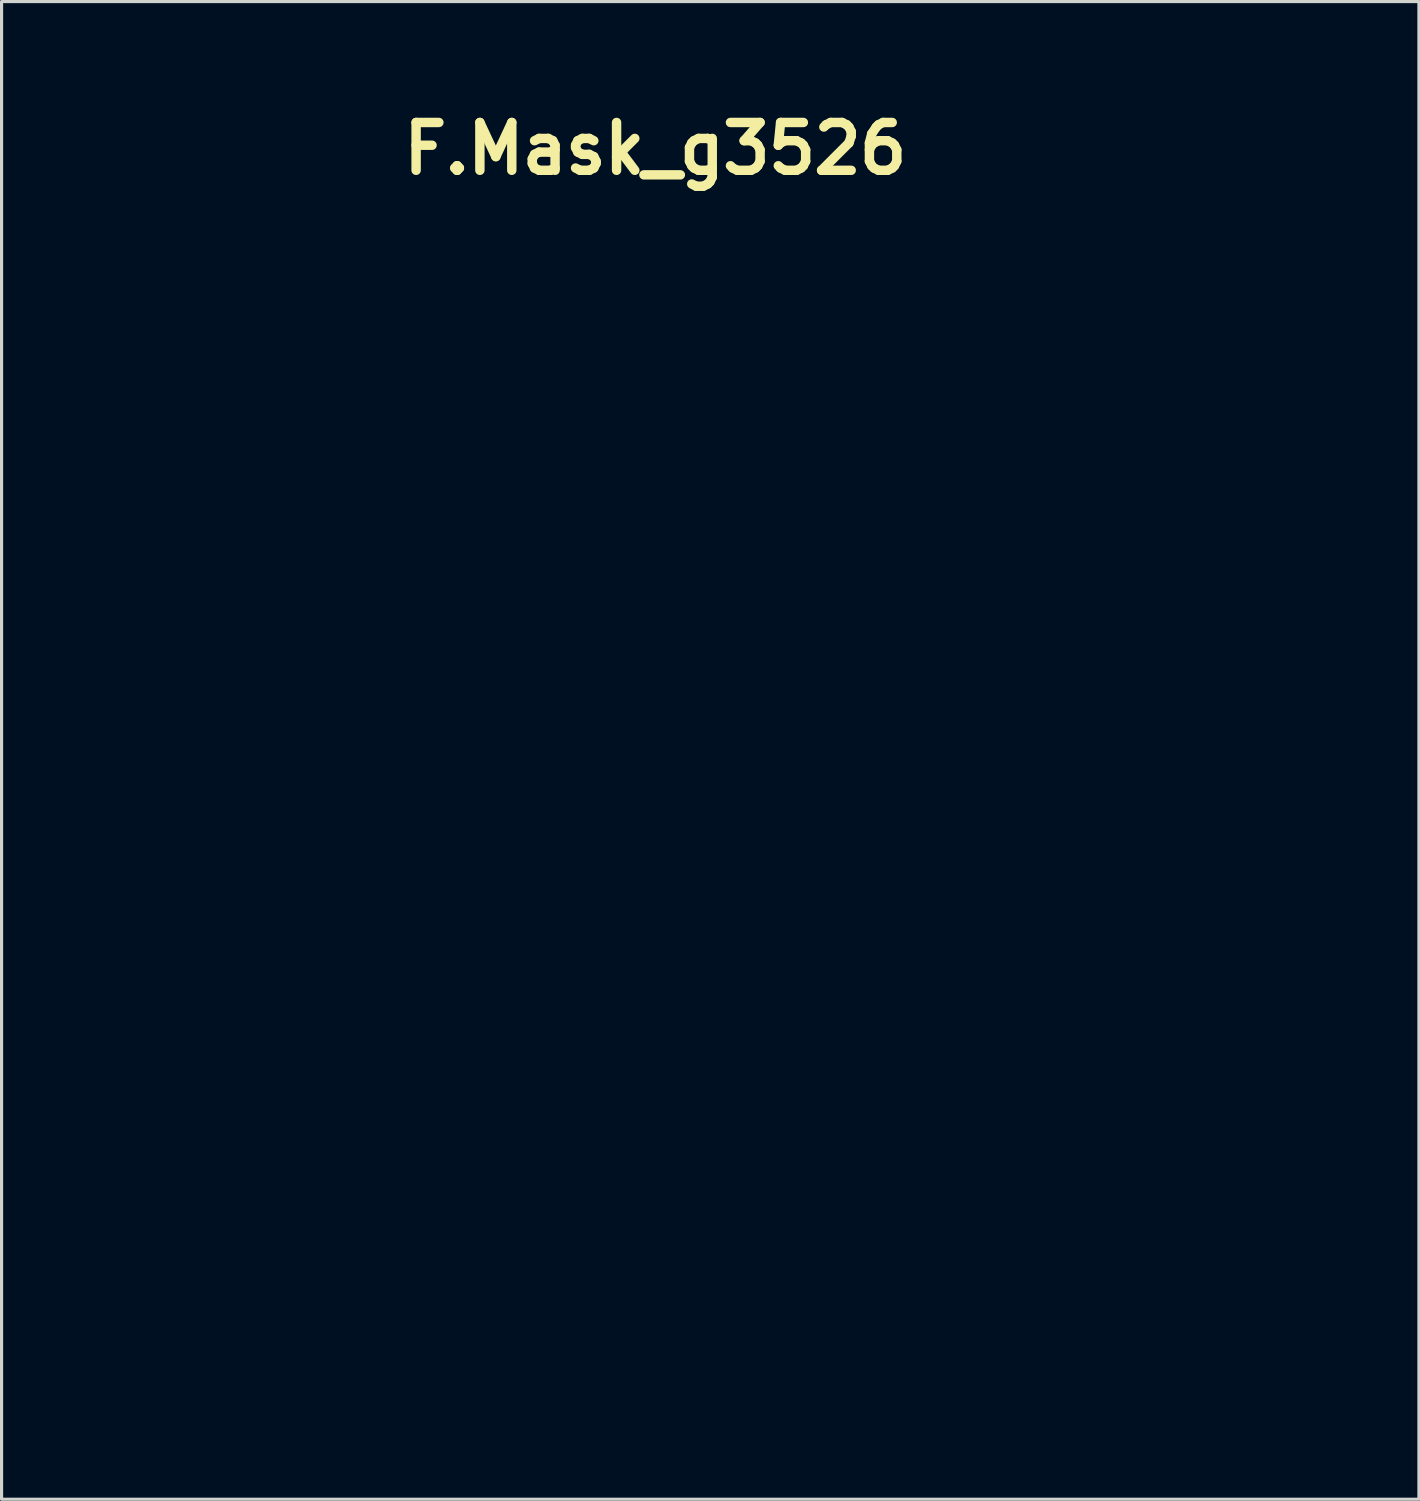
<source format=kicad_pcb>
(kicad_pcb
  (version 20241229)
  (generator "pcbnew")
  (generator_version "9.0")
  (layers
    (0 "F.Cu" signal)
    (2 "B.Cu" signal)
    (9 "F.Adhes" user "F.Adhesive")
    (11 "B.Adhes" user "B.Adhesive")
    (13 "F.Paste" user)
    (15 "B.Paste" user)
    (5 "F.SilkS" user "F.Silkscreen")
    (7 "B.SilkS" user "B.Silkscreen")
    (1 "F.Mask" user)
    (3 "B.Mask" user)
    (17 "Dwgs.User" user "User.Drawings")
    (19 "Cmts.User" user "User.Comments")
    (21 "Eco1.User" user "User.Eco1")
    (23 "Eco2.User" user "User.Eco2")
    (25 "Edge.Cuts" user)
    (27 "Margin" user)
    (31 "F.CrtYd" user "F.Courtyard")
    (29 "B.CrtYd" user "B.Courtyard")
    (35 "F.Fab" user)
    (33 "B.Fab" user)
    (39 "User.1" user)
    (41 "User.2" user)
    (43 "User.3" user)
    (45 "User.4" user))
  (footprint "F.Mask_g3526"
    (layer "F.Cu")
    (at 17.826 1.686)
    (property "Reference" "F.Mask_g3526" (at 0 0 0) (layer "F.SilkS") (effects (font (size 1.524 1.524) (thickness 0.3))))
    (attr through_hole)
    (fp_poly (pts (xy -11.558 32.92) (xy -11.428 33.002) (xy -11.365 33.13) (xy -11.346 33.358) (xy -11.345 33.43) (xy -11.389 33.808) (xy -11.515 34.059) (xy -11.634 34.244) (xy -11.684 34.389) (xy -11.684 34.39) (xy -11.746 34.589) (xy -11.894 34.773) (xy -12.071 34.877) (xy -12.116 34.883) (xy -12.278 34.804) (xy -12.414 34.574) (xy -12.481 34.333) (xy -12.532 33.994) (xy -12.558 33.631) (xy -12.558 33.621) (xy -12.564 33.379) (xy -12.236 33.379) (xy -12.226 33.569) (xy -12.222 33.6) (xy -12.173 33.951) (xy -12.13 34.147) (xy -12.08 34.198) (xy -12.007 34.117) (xy -11.897 33.917) (xy -11.88 33.883) (xy -11.767 33.629) (xy -11.707 33.422) (xy -11.707 33.337) (xy -11.827 33.251) (xy -12.008 33.254) (xy -12.175 33.293) (xy -12.236 33.379) (xy -12.564 33.379) (xy -12.573 32.978) (xy -12.172 32.9) (xy -11.802 32.865) (xy -11.558 32.92)) (stroke (width 0.01) (type solid)) (fill yes) (layer "F.Mask"))
    (fp_poly (pts (xy 15.708 32.929) (xy 15.849 33.166) (xy 15.887 33.528) (xy 15.85 33.854) (xy 15.819 34.098) (xy 15.822 34.256) (xy 15.844 34.29) (xy 15.917 34.35) (xy 15.917 34.359) (xy 15.846 34.452) (xy 15.666 34.569) (xy 15.434 34.684) (xy 15.202 34.769) (xy 15.038 34.798) (xy 14.888 34.777) (xy 14.827 34.682) (xy 14.817 34.503) (xy 14.794 34.227) (xy 14.736 33.911) (xy 14.717 33.836) (xy 14.676 33.506) (xy 15.091 33.506) (xy 15.116 33.834) (xy 15.12 33.869) (xy 15.174 34.173) (xy 15.244 34.327) (xy 15.324 34.327) (xy 15.404 34.165) (xy 15.42 34.114) (xy 15.459 33.896) (xy 15.483 33.614) (xy 15.486 33.549) (xy 15.479 33.319) (xy 15.431 33.214) (xy 15.33 33.189) (xy 15.189 33.214) (xy 15.112 33.309) (xy 15.091 33.506) (xy 14.676 33.506) (xy 14.667 33.436) (xy 14.753 33.129) (xy 14.972 32.921) (xy 15.141 32.854) (xy 15.47 32.822) (xy 15.708 32.929)) (stroke (width 0.01) (type solid)) (fill yes) (layer "F.Mask"))
    (fp_poly (pts (xy 14.193 33.858) (xy 14.329 34.017) (xy 14.386 34.298) (xy 14.393 34.546) (xy 14.355 35.159) (xy 14.245 35.665) (xy 14.069 36.043) (xy 13.966 36.17) (xy 13.698 36.352) (xy 13.418 36.404) (xy 13.17 36.32) (xy 13.096 36.254) (xy 13.02 36.13) (xy 12.989 35.95) (xy 12.999 35.665) (xy 13.009 35.55) (xy 13.027 35.186) (xy 12.996 34.925) (xy 12.922 34.734) (xy 12.805 34.408) (xy 12.805 34.226) (xy 13.134 34.226) (xy 13.304 34.656) (xy 13.415 35.024) (xy 13.431 35.363) (xy 13.418 35.489) (xy 13.395 35.743) (xy 13.401 35.929) (xy 13.415 35.976) (xy 13.521 36.035) (xy 13.653 35.95) (xy 13.79 35.741) (xy 13.838 35.631) (xy 13.923 35.356) (xy 13.988 35.027) (xy 14.026 34.698) (xy 14.033 34.421) (xy 14.003 34.247) (xy 13.996 34.235) (xy 13.86 34.176) (xy 13.59 34.175) (xy 13.531 34.181) (xy 13.134 34.226) (xy 12.805 34.226) (xy 12.804 34.133) (xy 12.911 33.952) (xy 13.059 33.89) (xy 13.315 33.835) (xy 13.572 33.804) (xy 13.95 33.795) (xy 14.193 33.858)) (stroke (width 0.01) (type solid)) (fill yes) (layer "F.Mask"))
    (fp_poly (pts (xy -9.873 33.79) (xy -9.591 33.897) (xy -9.45 34.043) (xy -9.434 34.261) (xy -9.524 34.573) (xy -9.62 34.903) (xy -9.701 35.3) (xy -9.74 35.578) (xy -9.794 35.967) (xy -9.88 36.214) (xy -10.017 36.35) (xy -10.225 36.403) (xy -10.338 36.407) (xy -10.596 36.374) (xy -10.755 36.26) (xy -10.786 36.216) (xy -10.873 36.016) (xy -10.947 35.737) (xy -10.967 35.623) (xy -11.038 35.331) (xy -11.147 35.077) (xy -11.191 35.01) (xy -11.329 34.717) (xy -11.317 34.534) (xy -10.934 34.534) (xy -10.912 34.706) (xy -10.837 34.821) (xy -10.722 35.039) (xy -10.634 35.331) (xy -10.613 35.447) (xy -10.54 35.808) (xy -10.445 36.011) (xy -10.341 36.055) (xy -10.241 35.937) (xy -10.158 35.656) (xy -10.135 35.511) (xy -10.074 35.156) (xy -9.992 34.801) (xy -9.943 34.635) (xy -9.881 34.341) (xy -9.935 34.17) (xy -10.105 34.119) (xy -10.396 34.185) (xy -10.523 34.235) (xy -10.807 34.383) (xy -10.934 34.534) (xy -11.317 34.534) (xy -11.309 34.421) (xy -11.136 34.156) (xy -11.017 34.061) (xy -10.562 33.829) (xy -10.128 33.754) (xy -9.873 33.79)) (stroke (width 0.01) (type solid)) (fill yes) (layer "F.Mask"))
    (fp_poly (pts (xy 11.765 34.453) (xy 11.97 34.531) (xy 12.235 34.674) (xy 12.403 34.847) (xy 12.486 35.081) (xy 12.495 35.411) (xy 12.445 35.856) (xy 12.366 36.347) (xy 12.287 36.702) (xy 12.194 36.956) (xy 12.076 37.143) (xy 11.926 37.293) (xy 11.622 37.461) (xy 11.295 37.503) (xy 11 37.414) (xy 10.959 37.387) (xy 10.881 37.308) (xy 10.832 37.188) (xy 10.806 36.988) (xy 10.796 36.673) (xy 10.795 36.477) (xy 10.788 36.072) (xy 10.762 35.788) (xy 10.71 35.579) (xy 10.623 35.396) (xy 10.613 35.379) (xy 10.482 35.157) (xy 10.96 35.157) (xy 11.008 35.321) (xy 11.051 35.425) (xy 11.148 35.823) (xy 11.169 36.362) (xy 11.171 36.78) (xy 11.214 37.043) (xy 11.306 37.162) (xy 11.455 37.148) (xy 11.671 37.012) (xy 11.674 37.01) (xy 11.804 36.832) (xy 11.923 36.527) (xy 12.021 36.14) (xy 12.085 35.714) (xy 12.104 35.374) (xy 12.038 35.086) (xy 11.859 34.889) (xy 11.606 34.8) (xy 11.32 34.835) (xy 11.109 34.951) (xy 10.99 35.055) (xy 10.96 35.157) (xy 10.482 35.157) (xy 10.43 35.07) (xy 10.742 34.767) (xy 11.075 34.508) (xy 11.403 34.405) (xy 11.765 34.453)) (stroke (width 0.01) (type solid)) (fill yes) (layer "F.Mask"))
    (fp_poly (pts (xy -7.679 34.575) (xy -7.488 34.682) (xy -7.365 34.882) (xy -7.303 35.196) (xy -7.292 35.641) (xy -7.312 36.058) (xy -7.348 36.526) (xy -7.387 36.857) (xy -7.441 37.082) (xy -7.522 37.231) (xy -7.64 37.337) (xy -7.797 37.426) (xy -8.074 37.551) (xy -8.272 37.579) (xy -8.452 37.509) (xy -8.59 37.41) (xy -8.737 37.272) (xy -8.788 37.125) (xy -8.774 36.964) (xy -8.456 36.964) (xy -8.413 37.063) (xy -8.377 37.089) (xy -8.178 37.162) (xy -7.98 37.096) (xy -7.922 37.056) (xy -7.838 36.953) (xy -7.776 36.765) (xy -7.727 36.459) (xy -7.7 36.192) (xy -7.665 35.688) (xy -7.671 35.328) (xy -7.719 35.092) (xy -7.814 34.958) (xy -7.888 34.921) (xy -8.064 34.9) (xy -8.184 34.983) (xy -8.257 35.185) (xy -8.292 35.526) (xy -8.297 35.82) (xy -8.309 36.188) (xy -8.339 36.513) (xy -8.382 36.743) (xy -8.398 36.79) (xy -8.456 36.964) (xy -8.774 36.964) (xy -8.768 36.894) (xy -8.767 36.881) (xy -8.739 36.645) (xy -8.708 36.296) (xy -8.68 35.892) (xy -8.666 35.665) (xy -8.632 35.207) (xy -8.573 34.892) (xy -8.474 34.694) (xy -8.318 34.588) (xy -8.088 34.548) (xy -7.946 34.544) (xy -7.679 34.575)) (stroke (width 0.01) (type solid)) (fill yes) (layer "F.Mask"))
    (fp_poly (pts (xy 14.146 29.047) (xy 14.328 29.077) (xy 14.485 29.15) (xy 14.637 29.286) (xy 14.801 29.503) (xy 14.995 29.82) (xy 15.237 30.255) (xy 15.428 30.607) (xy 15.643 31.056) (xy 15.743 31.412) (xy 15.729 31.707) (xy 15.6 31.974) (xy 15.419 32.183) (xy 15.237 32.356) (xy 15.087 32.455) (xy 14.909 32.499) (xy 14.645 32.512) (xy 14.498 32.512) (xy 14.132 32.498) (xy 13.905 32.453) (xy 13.8 32.384) (xy 13.736 32.21) (xy 13.736 31.907) (xy 13.748 31.787) (xy 13.744 31.174) (xy 13.681 30.836) (xy 13.611 30.498) (xy 13.545 30.082) (xy 13.501 29.697) (xy 13.887 29.697) (xy 13.908 29.958) (xy 13.962 30.294) (xy 14.011 30.522) (xy 14.079 30.898) (xy 14.125 31.327) (xy 14.136 31.602) (xy 14.139 32.173) (xy 14.475 32.173) (xy 14.759 32.133) (xy 15.015 31.99) (xy 15.11 31.911) (xy 15.289 31.73) (xy 15.396 31.575) (xy 15.409 31.527) (xy 15.366 31.365) (xy 15.249 31.096) (xy 15.076 30.757) (xy 14.865 30.383) (xy 14.636 30.01) (xy 14.567 29.905) (xy 14.324 29.579) (xy 14.129 29.401) (xy 13.988 29.373) (xy 13.906 29.497) (xy 13.887 29.697) (xy 13.501 29.697) (xy 13.442 29.041) (xy 13.922 29.041) (xy 14.146 29.047)) (stroke (width 0.01) (type solid)) (fill yes) (layer "F.Mask"))
    (fp_poly (pts (xy 7.206 35.512) (xy 7.328 35.615) (xy 7.519 35.873) (xy 7.623 36.161) (xy 7.644 36.515) (xy 7.588 36.971) (xy 7.535 37.236) (xy 7.365 37.92) (xy 7.184 38.481) (xy 6.997 38.904) (xy 6.809 39.173) (xy 6.807 39.174) (xy 6.587 39.303) (xy 6.282 39.372) (xy 5.952 39.38) (xy 5.66 39.325) (xy 5.474 39.215) (xy 5.368 39.067) (xy 5.347 38.915) (xy 5.348 38.912) (xy 5.799 38.912) (xy 5.805 38.955) (xy 5.932 39.021) (xy 6.143 39.028) (xy 6.367 38.983) (xy 6.533 38.892) (xy 6.542 38.883) (xy 6.703 38.629) (xy 6.865 38.236) (xy 7.018 37.732) (xy 7.151 37.147) (xy 7.158 37.112) (xy 7.226 36.747) (xy 7.261 36.505) (xy 7.261 36.341) (xy 7.225 36.213) (xy 7.154 36.078) (xy 7.141 36.056) (xy 6.977 35.835) (xy 6.795 35.751) (xy 6.549 35.791) (xy 6.401 35.847) (xy 6.096 35.975) (xy 6.094 37.059) (xy 6.089 37.543) (xy 6.072 37.896) (xy 6.038 38.157) (xy 5.984 38.363) (xy 5.925 38.511) (xy 5.836 38.742) (xy 5.799 38.912) (xy 5.348 38.912) (xy 5.414 38.708) (xy 5.503 38.523) (xy 5.588 38.32) (xy 5.64 38.083) (xy 5.666 37.767) (xy 5.673 37.353) (xy 5.678 36.94) (xy 5.694 36.542) (xy 5.716 36.221) (xy 5.727 36.118) (xy 5.778 35.861) (xy 5.871 35.706) (xy 6.051 35.583) (xy 6.105 35.556) (xy 6.511 35.412) (xy 6.89 35.398) (xy 7.206 35.512)) (stroke (width 0.01) (type solid)) (fill yes) (layer "F.Mask"))
    (fp_poly (pts (xy -10.499 29.059) (xy -10.279 29.244) (xy -10.108 29.455) (xy -10.012 29.693) (xy -9.989 29.991) (xy -10.035 30.384) (xy -10.122 30.801) (xy -10.234 31.273) (xy -10.324 31.613) (xy -10.405 31.854) (xy -10.491 32.031) (xy -10.594 32.176) (xy -10.701 32.297) (xy -10.925 32.491) (xy -11.157 32.58) (xy -11.447 32.573) (xy -11.769 32.501) (xy -12.096 32.339) (xy -12.359 32.076) (xy -12.496 31.791) (xy -12.496 31.69) (xy -12.066 31.69) (xy -11.967 31.925) (xy -11.744 32.087) (xy -11.42 32.152) (xy -11.306 32.149) (xy -11.078 32.075) (xy -10.88 31.87) (xy -10.859 31.84) (xy -10.725 31.61) (xy -10.639 31.409) (xy -10.631 31.374) (xy -10.598 31.212) (xy -10.542 30.937) (xy -10.471 30.599) (xy -10.45 30.5) (xy -10.301 29.801) (xy -10.499 29.59) (xy -10.646 29.448) (xy -10.742 29.38) (xy -10.747 29.379) (xy -10.824 29.453) (xy -10.924 29.64) (xy -11.029 29.89) (xy -11.117 30.154) (xy -11.17 30.382) (xy -11.177 30.463) (xy -11.239 30.726) (xy -11.396 30.963) (xy -11.606 31.122) (xy -11.755 31.157) (xy -11.913 31.236) (xy -12.019 31.404) (xy -12.066 31.69) (xy -12.496 31.69) (xy -12.495 31.566) (xy -12.415 31.304) (xy -12.284 31.057) (xy -12.129 30.878) (xy -11.994 30.817) (xy -11.763 30.774) (xy -11.622 30.63) (xy -11.546 30.353) (xy -11.539 30.302) (xy -11.477 30.031) (xy -11.366 29.715) (xy -11.23 29.406) (xy -11.091 29.157) (xy -10.974 29.021) (xy -10.752 28.961) (xy -10.499 29.059)) (stroke (width 0.01) (type solid)) (fill yes) (layer "F.Mask"))
    (fp_poly (pts (xy -2.264 35.455) (xy -2.04 35.61) (xy -1.985 35.682) (xy -1.937 35.776) (xy -1.905 35.902) (xy -1.888 36.087) (xy -1.885 36.357) (xy -1.896 36.739) (xy -1.918 37.258) (xy -1.924 37.384) (xy -1.997 38.882) (xy -2.27 39.126) (xy -2.587 39.315) (xy -2.939 39.373) (xy -3.272 39.295) (xy -3.368 39.238) (xy -3.53 39.051) (xy -3.526 38.841) (xy -3.426 38.689) (xy -3.358 38.59) (xy -3.356 38.477) (xy -3.428 38.3) (xy -3.51 38.141) (xy -3.606 37.944) (xy -3.668 37.758) (xy -3.704 37.537) (xy -3.721 37.237) (xy -3.725 36.816) (xy -3.725 36.781) (xy -3.721 36.361) (xy -3.386 36.361) (xy -3.382 36.712) (xy -3.361 37.039) (xy -3.307 37.516) (xy -3.215 37.865) (xy -3.131 38.041) (xy -3.012 38.321) (xy -2.964 38.597) (xy -2.965 38.626) (xy -2.971 38.891) (xy -2.935 39.017) (xy -2.833 39.032) (xy -2.672 38.979) (xy -2.553 38.904) (xy -2.463 38.768) (xy -2.395 38.547) (xy -2.344 38.22) (xy -2.306 37.764) (xy -2.28 37.296) (xy -2.258 36.742) (xy -2.254 36.337) (xy -2.278 36.061) (xy -2.337 35.891) (xy -2.441 35.809) (xy -2.598 35.794) (xy -2.816 35.825) (xy -2.882 35.838) (xy -3.11 35.896) (xy -3.262 35.982) (xy -3.35 36.128) (xy -3.386 36.361) (xy -3.721 36.361) (xy -3.721 36.318) (xy -3.695 35.994) (xy -3.633 35.778) (xy -3.517 35.641) (xy -3.331 35.552) (xy -3.059 35.48) (xy -3.015 35.47) (xy -2.582 35.41) (xy -2.264 35.455)) (stroke (width 0.01) (type solid)) (fill yes) (layer "F.Mask"))
    (fp_poly (pts (xy 12.434 29.859) (xy 12.668 30.039) (xy 12.832 30.36) (xy 12.874 30.496) (xy 12.978 30.813) (xy 13.108 31.125) (xy 13.131 31.172) (xy 13.25 31.51) (xy 13.329 31.935) (xy 13.36 32.382) (xy 13.337 32.781) (xy 13.294 32.973) (xy 13.155 33.239) (xy 12.925 33.401) (xy 12.905 33.409) (xy 12.587 33.488) (xy 12.183 33.516) (xy 11.771 33.491) (xy 11.462 33.426) (xy 11.324 33.372) (xy 11.241 33.295) (xy 11.193 33.153) (xy 11.161 32.903) (xy 11.146 32.736) (xy 11.138 32.418) (xy 11.515 32.418) (xy 11.52 32.739) (xy 11.543 32.931) (xy 11.595 33.038) (xy 11.688 33.099) (xy 11.705 33.107) (xy 11.926 33.151) (xy 12.223 33.153) (xy 12.526 33.117) (xy 12.767 33.051) (xy 12.842 33.008) (xy 12.921 32.846) (xy 12.949 32.56) (xy 12.929 32.186) (xy 12.866 31.761) (xy 12.761 31.32) (xy 12.643 30.96) (xy 12.513 30.645) (xy 12.388 30.39) (xy 12.291 30.239) (xy 12.271 30.22) (xy 12.093 30.143) (xy 11.988 30.196) (xy 11.941 30.394) (xy 11.936 30.544) (xy 11.909 30.964) (xy 11.839 31.33) (xy 11.737 31.601) (xy 11.646 31.715) (xy 11.571 31.823) (xy 11.529 32.031) (xy 11.515 32.37) (xy 11.515 32.418) (xy 11.138 32.418) (xy 11.131 32.179) (xy 11.192 31.739) (xy 11.323 31.432) (xy 11.378 31.367) (xy 11.467 31.201) (xy 11.509 30.915) (xy 11.515 30.704) (xy 11.542 30.289) (xy 11.632 30.014) (xy 11.799 29.859) (xy 12.058 29.804) (xy 12.112 29.803) (xy 12.434 29.859)) (stroke (width 0.01) (type solid)) (fill yes) (layer "F.Mask"))
    (fp_poly (pts (xy 0.663 35.753) (xy 0.908 35.823) (xy 0.93 35.837) (xy 1.275 36.171) (xy 1.47 36.58) (xy 1.514 37.058) (xy 1.406 37.597) (xy 1.359 37.73) (xy 1.256 38.054) (xy 1.158 38.449) (xy 1.1 38.746) (xy 1.024 39.164) (xy 0.944 39.453) (xy 0.842 39.649) (xy 0.7 39.792) (xy 0.573 39.878) (xy 0.214 40.021) (xy -0.17 40.016) (xy -0.563 39.884) (xy -0.839 39.702) (xy -0.973 39.46) (xy -0.972 39.239) (xy -0.539 39.239) (xy -0.508 39.408) (xy -0.411 39.512) (xy -0.254 39.583) (xy 0.072 39.624) (xy 0.364 39.531) (xy 0.572 39.321) (xy 0.58 39.306) (xy 0.635 39.14) (xy 0.692 38.878) (xy 0.72 38.7) (xy 0.782 38.374) (xy 0.881 37.982) (xy 0.984 37.648) (xy 1.109 37.254) (xy 1.166 36.972) (xy 1.153 36.761) (xy 1.068 36.575) (xy 0.91 36.375) (xy 0.635 36.061) (xy 0.176 36.15) (xy -0.083 36.204) (xy -0.264 36.251) (xy -0.317 36.272) (xy -0.33 36.365) (xy -0.339 36.591) (xy -0.345 36.915) (xy -0.345 37.238) (xy -0.352 37.669) (xy -0.374 38.083) (xy -0.406 38.423) (xy -0.432 38.58) (xy -0.512 38.974) (xy -0.539 39.239) (xy -0.972 39.239) (xy -0.972 39.138) (xy -0.894 38.853) (xy -0.829 38.58) (xy -0.786 38.193) (xy -0.766 37.671) (xy -0.763 37.355) (xy -0.761 36.897) (xy -0.753 36.575) (xy -0.733 36.359) (xy -0.697 36.217) (xy -0.641 36.117) (xy -0.562 36.03) (xy -0.339 35.893) (xy -0.021 35.796) (xy 0.333 35.746) (xy 0.663 35.753)) (stroke (width 0.01) (type solid)) (fill yes) (layer "F.Mask"))
    (fp_poly (pts (xy -8.409 29.761) (xy -8.189 29.842) (xy -7.892 29.967) (xy -7.768 32.267) (xy -8.05 32.821) (xy -8.252 33.17) (xy -8.437 33.39) (xy -8.532 33.452) (xy -8.775 33.501) (xy -9.112 33.515) (xy -9.469 33.493) (xy -9.635 33.468) (xy -9.805 33.372) (xy -10.001 33.176) (xy -10.181 32.935) (xy -10.302 32.703) (xy -10.329 32.58) (xy -10.307 32.488) (xy -9.906 32.488) (xy -9.838 32.701) (xy -9.671 32.92) (xy -9.46 33.083) (xy -9.333 33.129) (xy -9.142 33.159) (xy -9.044 33.177) (xy -8.929 33.159) (xy -8.769 33.107) (xy -8.609 33.01) (xy -8.551 32.915) (xy -8.507 32.781) (xy -8.395 32.578) (xy -8.347 32.505) (xy -8.259 32.366) (xy -8.203 32.235) (xy -8.175 32.073) (xy -8.17 31.841) (xy -8.184 31.501) (xy -8.199 31.238) (xy -8.225 30.82) (xy -8.252 30.539) (xy -8.286 30.363) (xy -8.337 30.26) (xy -8.412 30.197) (xy -8.464 30.169) (xy -8.641 30.116) (xy -8.747 30.184) (xy -8.796 30.39) (xy -8.804 30.591) (xy -8.862 30.98) (xy -9.022 31.285) (xy -9.105 31.369) (xy -9.201 31.511) (xy -9.262 31.683) (xy -9.362 31.878) (xy -9.546 32.084) (xy -9.61 32.137) (xy -9.792 32.302) (xy -9.896 32.448) (xy -9.906 32.488) (xy -10.307 32.488) (xy -10.263 32.299) (xy -10.095 32.032) (xy -9.875 31.855) (xy -9.875 31.855) (xy -9.689 31.693) (xy -9.604 31.455) (xy -9.521 31.219) (xy -9.393 31.046) (xy -9.38 31.036) (xy -9.266 30.896) (xy -9.188 30.645) (xy -9.15 30.396) (xy -9.072 30.018) (xy -8.935 29.793) (xy -8.719 29.711) (xy -8.409 29.761)) (stroke (width 0.01) (type solid)) (fill yes) (layer "F.Mask"))
    (fp_poly (pts (xy -5.221 34.99) (xy -5.021 35.082) (xy -4.869 35.22) (xy -4.74 35.363) (xy -4.676 35.484) (xy -4.667 35.639) (xy -4.703 35.884) (xy -4.727 36.013) (xy -4.781 36.403) (xy -4.817 36.848) (xy -4.826 37.145) (xy -4.855 37.67) (xy -4.943 38.046) (xy -5.094 38.28) (xy -5.223 38.36) (xy -5.569 38.428) (xy -5.941 38.404) (xy -6.167 38.332) (xy -6.303 38.234) (xy -6.328 38.085) (xy -6.311 37.978) (xy -6.243 37.635) (xy -6.215 37.385) (xy -6.235 37.173) (xy -6.31 36.946) (xy -6.451 36.651) (xy -6.554 36.449) (xy -6.721 36.109) (xy -6.851 35.807) (xy -6.928 35.588) (xy -6.519 35.588) (xy -6.485 35.672) (xy -6.392 35.87) (xy -6.26 36.145) (xy -6.211 36.245) (xy -5.997 36.71) (xy -5.867 37.071) (xy -5.813 37.365) (xy -5.825 37.629) (xy -5.841 37.715) (xy -5.846 37.962) (xy -5.741 38.09) (xy -5.554 38.084) (xy -5.392 37.994) (xy -5.325 37.908) (xy -5.272 37.745) (xy -5.227 37.478) (xy -5.187 37.08) (xy -5.17 36.872) (xy -5.136 36.461) (xy -5.105 36.1) (xy -5.08 35.83) (xy -5.064 35.693) (xy -5.118 35.518) (xy -5.265 35.399) (xy -5.43 35.322) (xy -5.576 35.324) (xy -5.783 35.408) (xy -5.797 35.415) (xy -6.051 35.511) (xy -6.281 35.559) (xy -6.311 35.56) (xy -6.468 35.57) (xy -6.519 35.588) (xy -6.928 35.588) (xy -6.929 35.586) (xy -6.943 35.511) (xy -6.875 35.289) (xy -6.696 35.176) (xy -6.49 35.183) (xy -6.215 35.17) (xy -6.082 35.102) (xy -5.87 35.016) (xy -5.582 34.97) (xy -5.5 34.967) (xy -5.221 34.99)) (stroke (width 0.01) (type solid)) (fill yes) (layer "F.Mask"))
    (fp_poly (pts (xy 9.538 34.903) (xy 9.702 34.961) (xy 9.873 35.076) (xy 9.948 35.136) (xy 10.204 35.384) (xy 10.338 35.647) (xy 10.356 35.956) (xy 10.26 36.343) (xy 10.136 36.661) (xy 10.046 36.916) (xy 9.955 37.245) (xy 9.909 37.447) (xy 9.785 37.877) (xy 9.609 38.165) (xy 9.356 38.336) (xy 9.003 38.413) (xy 8.968 38.416) (xy 8.615 38.418) (xy 8.386 38.355) (xy 8.34 38.325) (xy 8.268 38.257) (xy 8.22 38.158) (xy 8.191 37.997) (xy 8.176 37.744) (xy 8.171 37.366) (xy 8.17 37.154) (xy 8.168 36.71) (xy 8.157 36.398) (xy 8.132 36.184) (xy 8.087 36.029) (xy 8.018 35.899) (xy 7.968 35.827) (xy 7.858 35.673) (xy 8.36 35.673) (xy 8.427 35.82) (xy 8.491 36.018) (xy 8.531 36.332) (xy 8.55 36.783) (xy 8.551 37.03) (xy 8.555 37.467) (xy 8.571 37.762) (xy 8.607 37.945) (xy 8.673 38.042) (xy 8.776 38.084) (xy 8.865 38.093) (xy 9.013 38.065) (xy 9.183 38.002) (xy 9.302 37.926) (xy 9.394 37.802) (xy 9.474 37.597) (xy 9.555 37.278) (xy 9.613 37.003) (xy 9.686 36.737) (xy 9.795 36.429) (xy 9.832 36.34) (xy 9.949 36.028) (xy 9.973 35.812) (xy 9.896 35.64) (xy 9.708 35.462) (xy 9.686 35.444) (xy 9.461 35.289) (xy 9.257 35.232) (xy 9.005 35.244) (xy 8.734 35.303) (xy 8.513 35.399) (xy 8.466 35.433) (xy 8.361 35.552) (xy 8.36 35.673) (xy 7.858 35.673) (xy 7.766 35.544) (xy 8.074 35.236) (xy 8.248 35.074) (xy 8.403 34.979) (xy 8.598 34.929) (xy 8.889 34.903) (xy 8.996 34.898) (xy 9.322 34.886) (xy 9.538 34.903)) (stroke (width 0.01) (type solid)) (fill yes) (layer "F.Mask"))
    (fp_poly (pts (xy 4.034 30.367) (xy 4.263 30.502) (xy 4.272 30.511) (xy 4.439 30.757) (xy 4.6 31.138) (xy 4.748 31.617) (xy 4.876 32.16) (xy 4.976 32.732) (xy 5.041 33.298) (xy 5.065 33.821) (xy 5.041 34.249) (xy 4.963 34.609) (xy 4.813 34.88) (xy 4.557 35.103) (xy 4.198 35.303) (xy 3.798 35.429) (xy 3.345 35.471) (xy 2.911 35.425) (xy 2.645 35.335) (xy 2.236 35.049) (xy 1.962 34.665) (xy 1.827 34.189) (xy 1.829 33.993) (xy 2.201 33.993) (xy 2.277 34.388) (xy 2.509 34.729) (xy 2.829 34.982) (xy 3.178 35.105) (xy 3.589 35.085) (xy 4.033 34.927) (xy 4.216 34.825) (xy 4.614 34.578) (xy 4.614 33.481) (xy 4.609 32.999) (xy 4.592 32.634) (xy 4.556 32.336) (xy 4.494 32.052) (xy 4.399 31.731) (xy 4.369 31.638) (xy 4.213 31.201) (xy 4.072 30.914) (xy 3.923 30.758) (xy 3.746 30.719) (xy 3.521 30.78) (xy 3.382 30.843) (xy 3 31.03) (xy 3.003 31.889) (xy 3 32.296) (xy 2.983 32.571) (xy 2.947 32.752) (xy 2.885 32.875) (xy 2.844 32.926) (xy 2.66 33.06) (xy 2.495 33.105) (xy 2.352 33.162) (xy 2.259 33.345) (xy 2.211 33.667) (xy 2.201 33.993) (xy 1.829 33.993) (xy 1.833 33.627) (xy 1.861 33.452) (xy 1.951 33.088) (xy 2.061 32.871) (xy 2.205 32.775) (xy 2.286 32.766) (xy 2.472 32.713) (xy 2.588 32.545) (xy 2.639 32.245) (xy 2.637 31.885) (xy 2.619 31.514) (xy 2.603 31.148) (xy 2.594 30.903) (xy 2.582 30.522) (xy 2.888 30.546) (xy 3.162 30.523) (xy 3.3 30.44) (xy 3.488 30.331) (xy 3.754 30.308) (xy 4.034 30.367)) (stroke (width 0.01) (type solid)) (fill yes) (layer "F.Mask"))
    (fp_poly (pts (xy -5.715 30.204) (xy -5.46 30.403) (xy -5.253 30.721) (xy -5.165 30.999) (xy -5.113 31.39) (xy -5.098 31.838) (xy -5.124 32.291) (xy -5.189 32.687) (xy -5.271 33.071) (xy -5.343 33.48) (xy -5.375 33.718) (xy -5.441 34.065) (xy -5.564 34.286) (xy -5.775 34.406) (xy -6.106 34.449) (xy -6.305 34.45) (xy -6.61 34.437) (xy -6.864 34.416) (xy -6.981 34.398) (xy -7.344 34.22) (xy -7.659 33.884) (xy -7.756 33.731) (xy -7.915 33.374) (xy -7.918 33.291) (xy -7.51 33.291) (xy -7.413 33.533) (xy -7.328 33.657) (xy -7.059 33.898) (xy -6.711 34.057) (xy -6.341 34.12) (xy -6.006 34.071) (xy -5.927 34.036) (xy -5.82 33.92) (xy -5.749 33.689) (xy -5.718 33.465) (xy -5.666 33.1) (xy -5.588 32.686) (xy -5.532 32.445) (xy -5.462 32.007) (xy -5.461 31.564) (xy -5.52 31.155) (xy -5.635 30.819) (xy -5.797 30.597) (xy -5.854 30.558) (xy -6.047 30.519) (xy -6.189 30.637) (xy -6.284 30.915) (xy -6.299 30.997) (xy -6.379 31.314) (xy -6.501 31.628) (xy -6.515 31.656) (xy -6.637 31.949) (xy -6.727 32.251) (xy -6.733 32.284) (xy -6.847 32.622) (xy -7.031 32.883) (xy -7.253 33.025) (xy -7.303 33.035) (xy -7.473 33.119) (xy -7.51 33.291) (xy -7.918 33.291) (xy -7.924 33.084) (xy -7.779 32.849) (xy -7.473 32.658) (xy -7.261 32.576) (xy -7.208 32.489) (xy -7.134 32.284) (xy -7.067 32.051) (xy -6.985 31.768) (xy -6.907 31.549) (xy -6.859 31.455) (xy -6.797 31.323) (xy -6.724 31.089) (xy -6.688 30.942) (xy -6.58 30.554) (xy -6.45 30.309) (xy -6.276 30.18) (xy -6.035 30.141) (xy -6.024 30.141) (xy -5.715 30.204)) (stroke (width 0.01) (type solid)) (fill yes) (layer "F.Mask"))
    (fp_poly (pts (xy 6.844 30.273) (xy 6.98 30.329) (xy 7.002 30.34) (xy 7.233 30.544) (xy 7.464 30.916) (xy 7.694 31.456) (xy 7.906 32.108) (xy 8.014 32.467) (xy 8.12 32.796) (xy 8.204 33.036) (xy 8.22 33.076) (xy 8.284 33.32) (xy 8.256 33.573) (xy 8.23 33.669) (xy 8.019 34.16) (xy 7.715 34.523) (xy 7.305 34.771) (xy 6.771 34.914) (xy 6.524 34.944) (xy 6.044 34.988) (xy 5.689 34.585) (xy 5.488 34.339) (xy 5.38 34.146) (xy 5.339 33.939) (xy 5.336 33.85) (xy 5.714 33.85) (xy 5.795 34.072) (xy 5.885 34.207) (xy 6.11 34.474) (xy 6.29 34.611) (xy 6.35 34.626) (xy 6.449 34.606) (xy 6.659 34.555) (xy 6.845 34.506) (xy 7.237 34.369) (xy 7.511 34.181) (xy 7.716 33.9) (xy 7.808 33.713) (xy 7.903 33.477) (xy 7.922 33.325) (xy 7.871 33.194) (xy 7.851 33.163) (xy 7.776 33.002) (xy 7.673 32.724) (xy 7.561 32.378) (xy 7.506 32.192) (xy 7.305 31.556) (xy 7.112 31.087) (xy 6.926 30.781) (xy 6.782 30.654) (xy 6.579 30.614) (xy 6.258 30.656) (xy 6.183 30.672) (xy 5.744 30.776) (xy 5.784 31.115) (xy 5.818 31.373) (xy 5.871 31.721) (xy 5.93 32.081) (xy 5.981 32.422) (xy 5.994 32.651) (xy 5.966 32.82) (xy 5.904 32.97) (xy 5.803 33.234) (xy 5.729 33.538) (xy 5.723 33.577) (xy 5.714 33.85) (xy 5.336 33.85) (xy 5.334 33.773) (xy 5.364 33.429) (xy 5.44 33.064) (xy 5.471 32.961) (xy 5.559 32.589) (xy 5.556 32.202) (xy 5.542 32.091) (xy 5.506 31.746) (xy 5.479 31.335) (xy 5.469 31.032) (xy 5.461 30.441) (xy 5.8 30.375) (xy 6.213 30.298) (xy 6.499 30.256) (xy 6.697 30.248) (xy 6.844 30.273)) (stroke (width 0.01) (type solid)) (fill yes) (layer "F.Mask"))
    (fp_poly (pts (xy 9.864 30.315) (xy 10.153 30.541) (xy 10.361 30.911) (xy 10.414 31.08) (xy 10.519 31.393) (xy 10.655 31.694) (xy 10.686 31.75) (xy 10.804 32.044) (xy 10.893 32.442) (xy 10.947 32.88) (xy 10.955 33.293) (xy 10.922 33.57) (xy 10.811 33.844) (xy 10.631 34.109) (xy 10.588 34.155) (xy 10.441 34.289) (xy 10.297 34.369) (xy 10.106 34.411) (xy 9.816 34.43) (xy 9.672 34.435) (xy 9.342 34.438) (xy 9.068 34.427) (xy 8.903 34.406) (xy 8.89 34.402) (xy 8.75 34.311) (xy 8.672 34.156) (xy 8.641 33.895) (xy 8.638 33.774) (xy 8.975 33.774) (xy 8.975 34.036) (xy 9.571 34.036) (xy 9.899 34.029) (xy 10.11 33.998) (xy 10.259 33.928) (xy 10.386 33.818) (xy 10.496 33.695) (xy 10.558 33.571) (xy 10.581 33.397) (xy 10.576 33.125) (xy 10.566 32.941) (xy 10.519 32.489) (xy 10.433 32.162) (xy 10.351 31.996) (xy 10.214 31.708) (xy 10.117 31.395) (xy 10.112 31.371) (xy 10.007 31.067) (xy 9.833 30.814) (xy 9.624 30.648) (xy 9.415 30.604) (xy 9.377 30.613) (xy 9.234 30.673) (xy 9.142 30.768) (xy 9.09 30.932) (xy 9.068 31.199) (xy 9.063 31.581) (xy 9.078 32.022) (xy 9.123 32.315) (xy 9.189 32.465) (xy 9.302 32.743) (xy 9.273 33.054) (xy 9.144 33.297) (xy 9.021 33.537) (xy 8.975 33.774) (xy 8.638 33.774) (xy 8.637 33.729) (xy 8.666 33.391) (xy 8.752 33.2) (xy 8.763 33.189) (xy 8.875 32.991) (xy 8.858 32.706) (xy 8.754 32.434) (xy 8.685 32.255) (xy 8.653 32.038) (xy 8.654 31.736) (xy 8.674 31.426) (xy 8.71 31.001) (xy 8.746 30.714) (xy 8.795 30.531) (xy 8.868 30.423) (xy 8.975 30.356) (xy 9.075 30.318) (xy 9.501 30.239) (xy 9.864 30.315)) (stroke (width 0.01) (type solid)) (fill yes) (layer "F.Mask"))
    (fp_poly (pts (xy -2.973 30.137) (xy -2.591 30.385) (xy -2.299 30.773) (xy -2.096 31.305) (xy -1.98 31.98) (xy -1.979 31.995) (xy -1.961 32.382) (xy -1.998 32.677) (xy -2.07 32.893) (xy -2.155 33.144) (xy -2.247 33.493) (xy -2.326 33.868) (xy -2.333 33.909) (xy -2.421 34.329) (xy -2.53 34.607) (xy -2.694 34.774) (xy -2.944 34.856) (xy -3.314 34.882) (xy -3.461 34.883) (xy -3.829 34.873) (xy -4.08 34.836) (xy -4.267 34.763) (xy -4.362 34.703) (xy -4.633 34.468) (xy -4.866 34.191) (xy -5.026 33.92) (xy -5.058 33.8) (xy -4.633 33.8) (xy -4.53 34.01) (xy -4.52 34.024) (xy -4.209 34.325) (xy -3.796 34.5) (xy -3.41 34.544) (xy -3.131 34.531) (xy -2.966 34.479) (xy -2.859 34.371) (xy -2.848 34.353) (xy -2.773 34.162) (xy -2.71 33.879) (xy -2.684 33.686) (xy -2.632 33.36) (xy -2.548 33.057) (xy -2.495 32.93) (xy -2.405 32.625) (xy -2.375 32.222) (xy -2.404 31.777) (xy -2.487 31.349) (xy -2.614 31.006) (xy -2.807 30.713) (xy -3.004 30.545) (xy -3.181 30.506) (xy -3.315 30.599) (xy -3.382 30.827) (xy -3.386 30.903) (xy -3.431 31.104) (xy -3.542 31.358) (xy -3.596 31.454) (xy -3.748 31.784) (xy -3.805 32.161) (xy -3.807 32.254) (xy -3.816 32.506) (xy -3.858 32.683) (xy -3.961 32.841) (xy -4.154 33.038) (xy -4.233 33.112) (xy -4.496 33.386) (xy -4.626 33.603) (xy -4.633 33.8) (xy -5.058 33.8) (xy -5.08 33.718) (xy -5.006 33.409) (xy -4.811 33.11) (xy -4.555 32.897) (xy -4.321 32.691) (xy -4.19 32.396) (xy -4.147 31.98) (xy -4.147 31.977) (xy -4.117 31.695) (xy -4.043 31.449) (xy -4.024 31.411) (xy -3.904 31.197) (xy -3.83 31.034) (xy -3.77 30.837) (xy -3.726 30.67) (xy -3.586 30.335) (xy -3.38 30.14) (xy -3.123 30.096) (xy -2.973 30.137)) (stroke (width 0.01) (type solid)) (fill yes) (layer "F.Mask"))
    (fp_poly (pts (xy 4.057 35.824) (xy 4.23 35.875) (xy 4.398 35.994) (xy 4.618 36.211) (xy 4.623 36.216) (xy 4.838 36.449) (xy 5.01 36.655) (xy 5.095 36.774) (xy 5.142 36.967) (xy 5.114 37.168) (xy 5.028 37.309) (xy 4.953 37.338) (xy 4.791 37.421) (xy 4.652 37.67) (xy 4.539 38.079) (xy 4.491 38.349) (xy 4.369 38.932) (xy 4.201 39.403) (xy 3.995 39.739) (xy 3.919 39.817) (xy 3.678 39.942) (xy 3.35 40.008) (xy 3.007 40.008) (xy 2.721 39.936) (xy 2.689 39.92) (xy 2.464 39.716) (xy 2.395 39.461) (xy 2.488 39.176) (xy 2.54 39.098) (xy 2.627 38.981) (xy 2.675 38.889) (xy 2.675 38.787) (xy 2.62 38.64) (xy 2.503 38.413) (xy 2.32 38.08) (xy 2.245 37.866) (xy 2.186 37.557) (xy 2.146 37.2) (xy 2.129 36.844) (xy 2.129 36.821) (xy 2.462 36.821) (xy 2.498 37.121) (xy 2.545 37.415) (xy 2.664 37.885) (xy 2.84 38.205) (xy 3.004 38.513) (xy 3.046 38.864) (xy 2.96 39.192) (xy 2.912 39.272) (xy 2.824 39.42) (xy 2.807 39.49) (xy 2.9 39.549) (xy 3.05 39.633) (xy 3.173 39.696) (xy 3.199 39.706) (xy 3.285 39.679) (xy 3.465 39.608) (xy 3.503 39.591) (xy 3.694 39.472) (xy 3.846 39.276) (xy 3.968 38.98) (xy 4.072 38.559) (xy 4.151 38.101) (xy 4.218 37.72) (xy 4.29 37.461) (xy 4.384 37.279) (xy 4.496 37.147) (xy 4.733 36.91) (xy 4.345 36.523) (xy 4.145 36.335) (xy 3.972 36.22) (xy 3.786 36.175) (xy 3.547 36.194) (xy 3.216 36.274) (xy 2.9 36.366) (xy 2.68 36.436) (xy 2.541 36.512) (xy 2.473 36.629) (xy 2.462 36.821) (xy 2.129 36.821) (xy 2.137 36.537) (xy 2.175 36.328) (xy 2.199 36.282) (xy 2.36 36.172) (xy 2.64 36.057) (xy 2.989 35.95) (xy 3.358 35.866) (xy 3.697 35.819) (xy 3.82 35.814) (xy 4.057 35.824)) (stroke (width 0.01) (type solid)) (fill yes) (layer "F.Mask"))
    (fp_poly (pts (xy -0.061 30.259) (xy 0.262 30.379) (xy 0.568 30.591) (xy 0.794 30.848) (xy 0.854 30.965) (xy 0.905 31.151) (xy 0.966 31.441) (xy 1.022 31.774) (xy 1.022 31.777) (xy 1.098 32.184) (xy 1.201 32.617) (xy 1.286 32.911) (xy 1.42 33.499) (xy 1.424 34.036) (xy 1.298 34.5) (xy 1.133 34.77) (xy 0.925 35.003) (xy 0.712 35.205) (xy 0.652 35.253) (xy 0.378 35.377) (xy 0.005 35.444) (xy -0.405 35.448) (xy -0.79 35.385) (xy -0.889 35.354) (xy -1.147 35.213) (xy -1.44 34.984) (xy -1.621 34.806) (xy -1.848 34.531) (xy -1.988 34.266) (xy -2.055 33.962) (xy -2.059 33.778) (xy -1.709 33.778) (xy -1.684 33.924) (xy -1.615 34.116) (xy -1.51 34.316) (xy -1.433 34.425) (xy -1.143 34.746) (xy -0.863 34.939) (xy -0.541 35.032) (xy -0.208 35.051) (xy 0.087 35.044) (xy 0.28 35.002) (xy 0.437 34.902) (xy 0.608 34.734) (xy 0.893 34.403) (xy 1.052 34.111) (xy 1.095 33.808) (xy 1.033 33.444) (xy 0.934 33.134) (xy 0.838 32.806) (xy 0.746 32.397) (xy 0.676 31.992) (xy 0.674 31.977) (xy 0.593 31.501) (xy 0.493 31.162) (xy 0.359 30.928) (xy 0.175 30.768) (xy 0.068 30.708) (xy -0.192 30.632) (xy -0.405 30.694) (xy -0.596 30.906) (xy -0.705 31.1) (xy -0.775 31.271) (xy -0.82 31.478) (xy -0.844 31.758) (xy -0.853 32.148) (xy -0.853 32.44) (xy -0.855 32.92) (xy -0.871 33.259) (xy -0.904 33.489) (xy -0.957 33.639) (xy -0.975 33.668) (xy -1.158 33.824) (xy -1.385 33.862) (xy -1.587 33.77) (xy -1.592 33.765) (xy -1.681 33.713) (xy -1.709 33.778) (xy -2.059 33.778) (xy -2.064 33.569) (xy -2.048 33.295) (xy -2.019 33.066) (xy -1.957 32.961) (xy -1.836 32.935) (xy -1.834 32.935) (xy -1.637 33.017) (xy -1.492 33.195) (xy -1.378 33.351) (xy -1.293 33.405) (xy -1.283 33.4) (xy -1.262 33.299) (xy -1.245 33.062) (xy -1.233 32.725) (xy -1.228 32.32) (xy -1.228 32.272) (xy -1.225 31.817) (xy -1.214 31.494) (xy -1.188 31.262) (xy -1.141 31.084) (xy -1.069 30.92) (xy -1.016 30.822) (xy -0.77 30.476) (xy -0.5 30.287) (xy -0.184 30.243) (xy -0.061 30.259)) (stroke (width 0.01) (type solid)) (fill yes) (layer "F.Mask"))
    (fp_poly (pts (xy -14.638 -1.364) (xy -14.444 -1.274) (xy -14.208 -1.178) (xy -13.959 -1.142) (xy -13.625 -1.155) (xy -13.588 -1.159) (xy -13.295 -1.179) (xy -13.082 -1.161) (xy -12.882 -1.09) (xy -12.625 -0.946) (xy -12.549 -0.9) (xy -12.279 -0.746) (xy -12.053 -0.636) (xy -11.921 -0.593) (xy -11.92 -0.593) (xy -11.79 -0.642) (xy -11.582 -0.769) (xy -11.397 -0.904) (xy -11.099 -1.103) (xy -10.821 -1.196) (xy -10.499 -1.197) (xy -10.185 -1.141) (xy -9.925 -1.132) (xy -9.661 -1.239) (xy -9.624 -1.261) (xy -9.275 -1.415) (xy -8.95 -1.415) (xy -8.618 -1.258) (xy -8.467 -1.143) (xy -8.247 -0.977) (xy -8.064 -0.869) (xy -7.99 -0.847) (xy -7.803 -0.8) (xy -7.551 -0.683) (xy -7.299 -0.532) (xy -7.115 -0.382) (xy -7.102 -0.369) (xy -6.99 -0.174) (xy -6.913 0.07) (xy -6.829 0.282) (xy -6.663 0.555) (xy -6.468 0.81) (xy -6.077 1.268) (xy -6.213 1.61) (xy -6.333 2.05) (xy -6.308 2.424) (xy -6.223 2.625) (xy -6.109 2.972) (xy -6.158 3.308) (xy -6.272 3.503) (xy -6.392 3.734) (xy -6.489 4.067) (xy -6.522 4.25) (xy -6.576 4.556) (xy -6.655 4.762) (xy -6.796 4.936) (xy -6.965 5.089) (xy -7.29 5.444) (xy -7.438 5.75) (xy -7.636 6.121) (xy -7.851 6.328) (xy -8.332 6.74) (xy -8.788 7.221) (xy -8.857 7.304) (xy -9.055 7.467) (xy -9.322 7.597) (xy -9.386 7.617) (xy -9.611 7.693) (xy -9.713 7.787) (xy -9.737 7.939) (xy -9.737 7.941) (xy -9.815 8.304) (xy -10.041 8.593) (xy -10.406 8.8) (xy -10.529 8.841) (xy -10.875 8.974) (xy -11.146 9.171) (xy -11.318 9.354) (xy -11.634 9.653) (xy -11.93 9.791) (xy -12.201 9.766) (xy -12.34 9.68) (xy -12.499 9.522) (xy -12.697 9.292) (xy -12.804 9.155) (xy -12.998 8.927) (xy -13.167 8.81) (xy -13.37 8.768) (xy -13.389 8.767) (xy -13.766 8.665) (xy -14.105 8.429) (xy -14.357 8.094) (xy -14.376 8.057) (xy -14.58 7.774) (xy -14.919 7.533) (xy -14.944 7.519) (xy -15.193 7.372) (xy -15.329 7.241) (xy -15.392 7.077) (xy -15.409 6.972) (xy -15.452 6.652) (xy -16.082 6.509) (xy -16.472 6.407) (xy -16.72 6.292) (xy -16.852 6.134) (xy -16.895 5.903) (xy -16.877 5.585) (xy -16.855 5.306) (xy -16.867 5.151) (xy -16.925 5.075) (xy -16.994 5.045) (xy -17.182 4.9) (xy -17.307 4.621) (xy -17.356 4.234) (xy -17.357 4.194) (xy -17.398 3.869) (xy -17.546 3.6) (xy -17.588 3.549) (xy -17.762 3.245) (xy -17.821 2.915) (xy -17.761 2.614) (xy -17.671 2.475) (xy -17.581 2.353) (xy -17.573 2.228) (xy -17.642 2.029) (xy -17.652 2.006) (xy -17.767 1.642) (xy -17.763 1.34) (xy -17.629 1.05) (xy -17.399 0.771) (xy -17.203 0.543) (xy -17.065 0.348) (xy -17.018 0.237) (xy -16.938 -0.12) (xy -16.719 -0.448) (xy -16.39 -0.715) (xy -15.981 -0.889) (xy -15.946 -0.898) (xy -15.728 -0.988) (xy -15.475 -1.141) (xy -15.397 -1.198) (xy -15.131 -1.373) (xy -14.899 -1.427) (xy -14.638 -1.364)) (stroke (width 0.01) (type solid)) (fill yes) (layer "F.Mask"))
    (fp_poly (pts (xy 12.839 -1.592) (xy 12.971 -1.527) (xy 13.19 -1.432) (xy 13.421 -1.394) (xy 13.733 -1.403) (xy 13.825 -1.411) (xy 14.126 -1.432) (xy 14.338 -1.415) (xy 14.533 -1.343) (xy 14.782 -1.196) (xy 14.847 -1.154) (xy 15.114 -0.997) (xy 15.342 -0.886) (xy 15.474 -0.847) (xy 15.62 -0.898) (xy 15.835 -1.027) (xy 15.986 -1.138) (xy 16.372 -1.389) (xy 16.711 -1.496) (xy 16.99 -1.454) (xy 17.007 -1.445) (xy 17.334 -1.36) (xy 17.677 -1.442) (xy 17.822 -1.524) (xy 18.174 -1.677) (xy 18.52 -1.662) (xy 18.864 -1.479) (xy 18.944 -1.413) (xy 19.215 -1.218) (xy 19.516 -1.065) (xy 19.614 -1.031) (xy 19.968 -0.877) (xy 20.255 -0.654) (xy 20.44 -0.398) (xy 20.489 -0.194) (xy 20.573 0.089) (xy 20.743 0.296) (xy 20.903 0.475) (xy 20.991 0.623) (xy 20.997 0.653) (xy 21.066 0.78) (xy 21.124 0.816) (xy 21.224 0.912) (xy 21.241 1.104) (xy 21.176 1.415) (xy 21.118 1.603) (xy 21.044 1.855) (xy 21.032 2.026) (xy 21.087 2.194) (xy 21.161 2.337) (xy 21.285 2.595) (xy 21.323 2.788) (xy 21.27 2.986) (xy 21.134 3.245) (xy 21.002 3.547) (xy 20.901 3.905) (xy 20.875 4.057) (xy 20.821 4.355) (xy 20.72 4.566) (xy 20.532 4.77) (xy 20.478 4.819) (xy 20.243 5.075) (xy 20.016 5.398) (xy 19.911 5.586) (xy 19.702 5.937) (xy 19.452 6.18) (xy 19.323 6.264) (xy 19.047 6.472) (xy 18.797 6.732) (xy 18.737 6.816) (xy 18.565 7.061) (xy 18.421 7.207) (xy 18.246 7.297) (xy 18.013 7.369) (xy 17.787 7.461) (xy 17.699 7.584) (xy 17.695 7.627) (xy 17.658 7.806) (xy 17.564 8.049) (xy 17.526 8.127) (xy 17.359 8.376) (xy 17.143 8.513) (xy 17.04 8.547) (xy 16.809 8.604) (xy 16.643 8.634) (xy 16.624 8.636) (xy 16.521 8.695) (xy 16.347 8.849) (xy 16.145 9.06) (xy 15.822 9.369) (xy 15.539 9.523) (xy 15.282 9.527) (xy 15.064 9.411) (xy 14.883 9.236) (xy 14.681 8.994) (xy 14.609 8.896) (xy 14.429 8.673) (xy 14.265 8.57) (xy 14.122 8.551) (xy 13.87 8.518) (xy 13.689 8.456) (xy 13.448 8.298) (xy 13.231 8.098) (xy 13.081 7.902) (xy 13.039 7.78) (xy 12.968 7.619) (xy 12.792 7.441) (xy 12.559 7.29) (xy 12.418 7.232) (xy 12.121 7.073) (xy 11.963 6.823) (xy 11.938 6.642) (xy 11.93 6.491) (xy 11.88 6.4) (xy 11.75 6.343) (xy 11.502 6.291) (xy 11.419 6.277) (xy 11.103 6.205) (xy 10.828 6.115) (xy 10.69 6.048) (xy 10.571 5.955) (xy 10.517 5.843) (xy 10.516 5.657) (xy 10.539 5.451) (xy 10.565 5.178) (xy 10.546 5.008) (xy 10.463 4.873) (xy 10.336 4.747) (xy 10.173 4.569) (xy 10.096 4.385) (xy 10.075 4.119) (xy 10.075 4.079) (xy 10.05 3.763) (xy 9.957 3.529) (xy 9.859 3.396) (xy 9.648 3.047) (xy 9.584 2.694) (xy 9.671 2.368) (xy 9.727 2.281) (xy 9.843 2.102) (xy 9.86 1.967) (xy 9.786 1.791) (xy 9.781 1.782) (xy 9.656 1.382) (xy 9.699 0.992) (xy 9.909 0.618) (xy 10.139 0.382) (xy 10.277 0.197) (xy 10.398 -0.075) (xy 10.438 -0.208) (xy 10.537 -0.505) (xy 10.691 -0.712) (xy 10.88 -0.86) (xy 11.141 -1.015) (xy 11.395 -1.127) (xy 11.472 -1.15) (xy 11.7 -1.243) (xy 11.949 -1.404) (xy 12.004 -1.45) (xy 12.275 -1.635) (xy 12.537 -1.681) (xy 12.839 -1.592)) (stroke (width 0.01) (type solid)) (fill yes) (layer "F.Mask")))
  (gr_rect
    (start -3 -3)
    (end 42.153 44.712)
    (stroke (width 0.1) (type default))
    (fill no)
    (layer "Edge.Cuts")))
</source>
